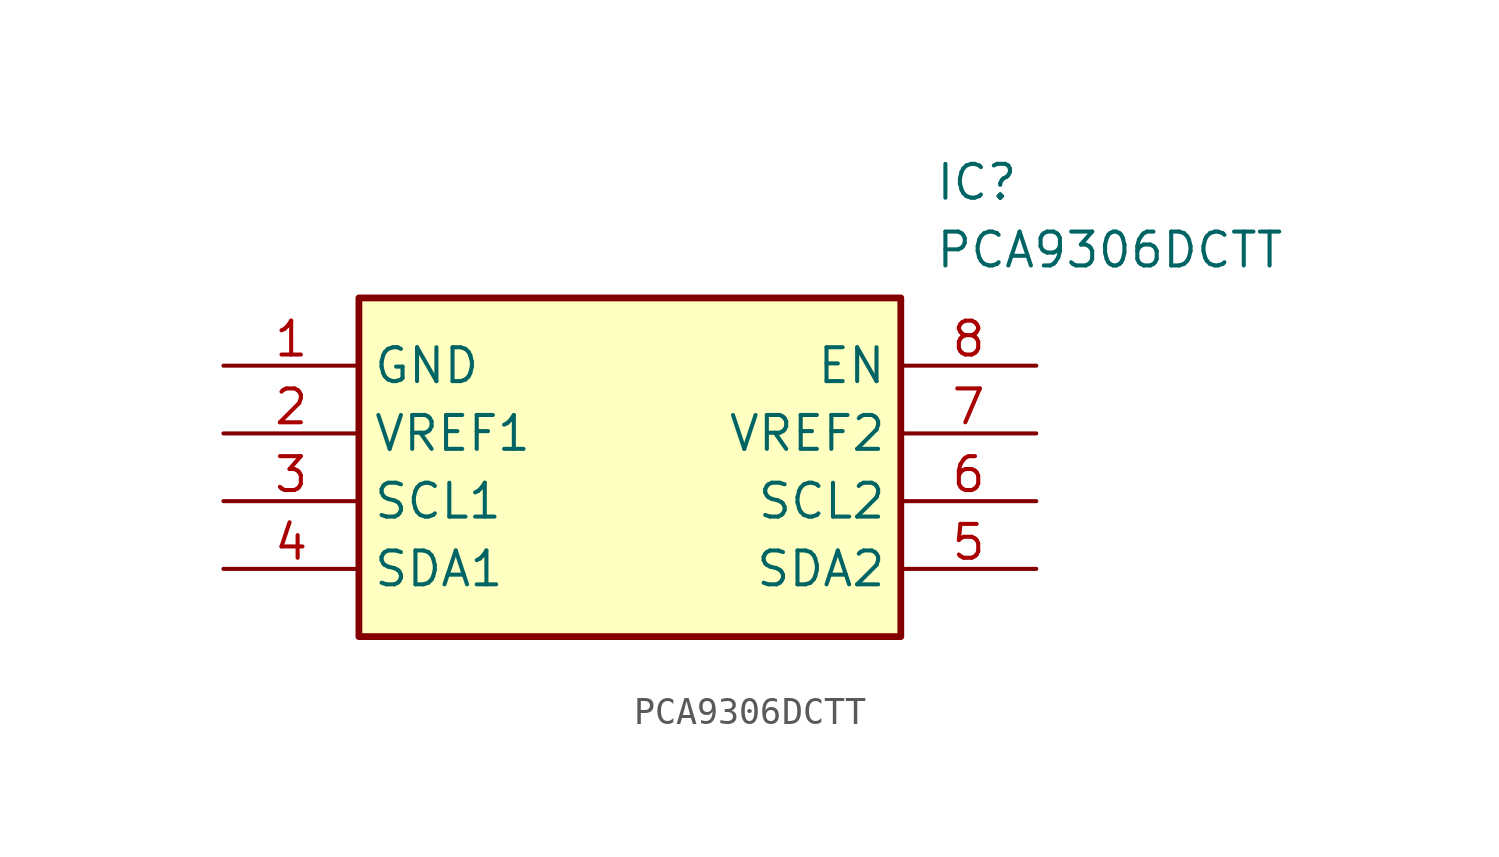
<source format=kicad_sym>
(kicad_symbol_lib
  (version 20211014)
  (generator SamacSys_ECAD_Model)
  (symbol "PCA9306DCTT"
    (property "Reference" "IC"
      (at 26.67 7.62 0)
      (effects (font (size 1.27 1.27)) (justify left top)))
    (property "Value" "PCA9306DCTT"
      (at 26.67 5.08 0)
      (effects (font (size 1.27 1.27)) (justify left top)))
    (rectangle
      (start 5.08 2.54)
      (end 25.4 -10.16)
      (stroke (width 0.254) (type default))
      (fill (type background)))
    (pin passive line
      (at 0 0 0)
      (length 5.08)
      (name "GND" (effects (font (size 1.27 1.27))))
      (number "1" (effects (font (size 1.27 1.27)))))
    (pin passive line
      (at 0 -2.54 0)
      (length 5.08)
      (name "VREF1" (effects (font (size 1.27 1.27))))
      (number "2" (effects (font (size 1.27 1.27)))))
    (pin passive line
      (at 0 -5.08 0)
      (length 5.08)
      (name "SCL1" (effects (font (size 1.27 1.27))))
      (number "3" (effects (font (size 1.27 1.27)))))
    (pin passive line
      (at 0 -7.62 0)
      (length 5.08)
      (name "SDA1" (effects (font (size 1.27 1.27))))
      (number "4" (effects (font (size 1.27 1.27)))))
    (pin passive line
      (at 30.48 0 180)
      (length 5.08)
      (name "EN" (effects (font (size 1.27 1.27))))
      (number "8" (effects (font (size 1.27 1.27)))))
    (pin passive line
      (at 30.48 -2.54 180)
      (length 5.08)
      (name "VREF2" (effects (font (size 1.27 1.27))))
      (number "7" (effects (font (size 1.27 1.27)))))
    (pin passive line
      (at 30.48 -5.08 180)
      (length 5.08)
      (name "SCL2" (effects (font (size 1.27 1.27))))
      (number "6" (effects (font (size 1.27 1.27)))))
    (pin passive line
      (at 30.48 -7.62 180)
      (length 5.08)
      (name "SDA2" (effects (font (size 1.27 1.27))))
      (number "5" (effects (font (size 1.27 1.27)))))))
</source>
